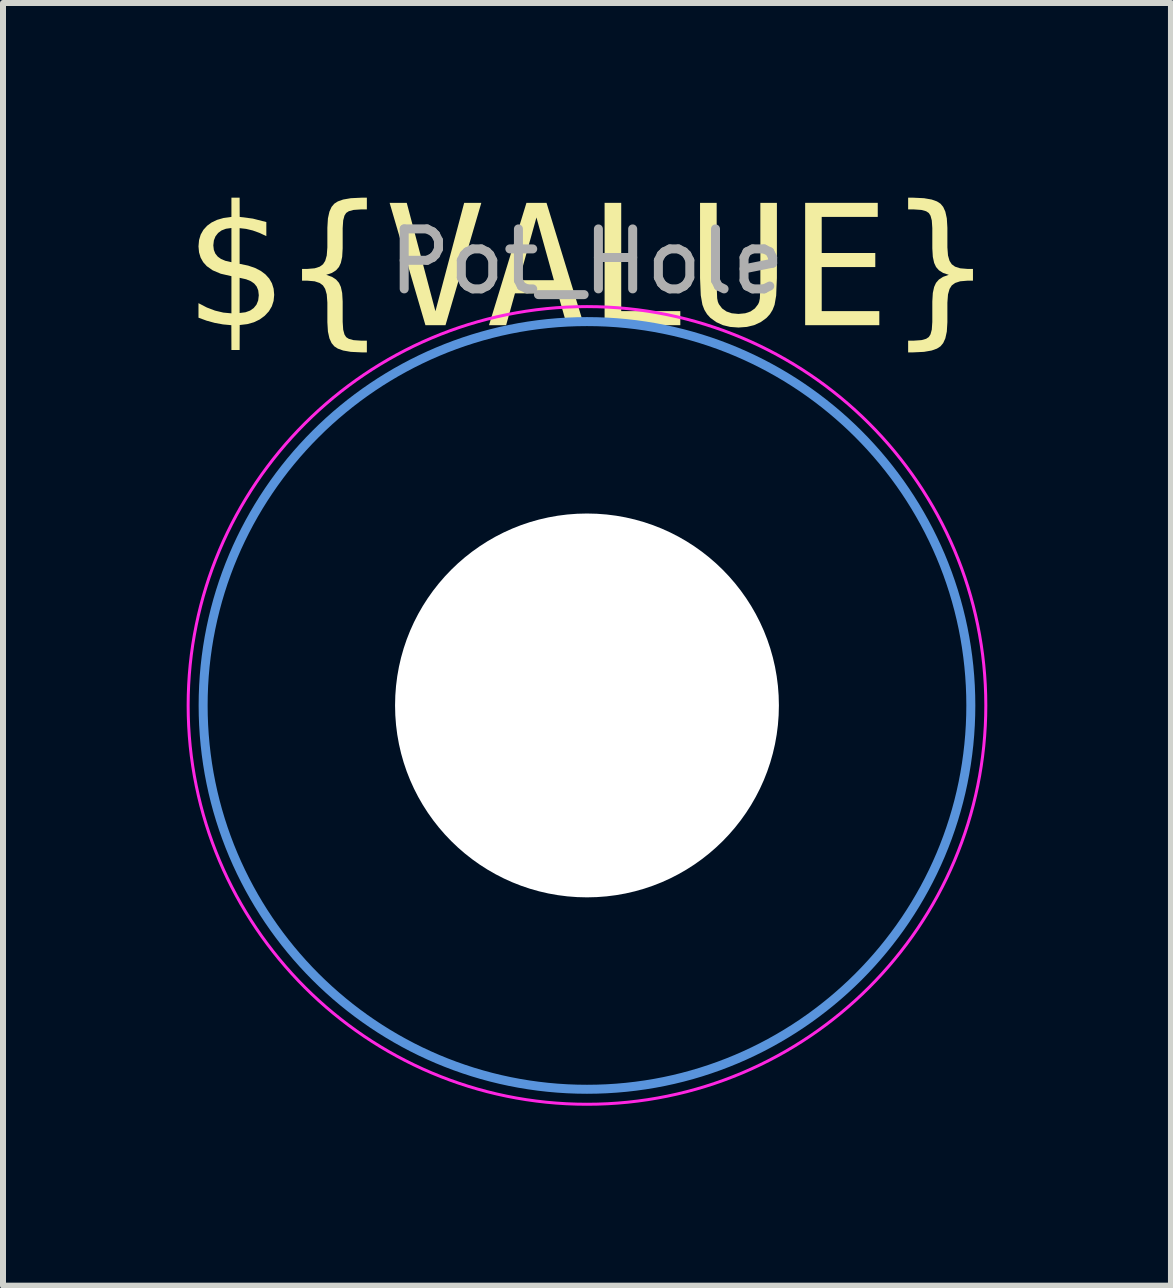
<source format=kicad_pcb>
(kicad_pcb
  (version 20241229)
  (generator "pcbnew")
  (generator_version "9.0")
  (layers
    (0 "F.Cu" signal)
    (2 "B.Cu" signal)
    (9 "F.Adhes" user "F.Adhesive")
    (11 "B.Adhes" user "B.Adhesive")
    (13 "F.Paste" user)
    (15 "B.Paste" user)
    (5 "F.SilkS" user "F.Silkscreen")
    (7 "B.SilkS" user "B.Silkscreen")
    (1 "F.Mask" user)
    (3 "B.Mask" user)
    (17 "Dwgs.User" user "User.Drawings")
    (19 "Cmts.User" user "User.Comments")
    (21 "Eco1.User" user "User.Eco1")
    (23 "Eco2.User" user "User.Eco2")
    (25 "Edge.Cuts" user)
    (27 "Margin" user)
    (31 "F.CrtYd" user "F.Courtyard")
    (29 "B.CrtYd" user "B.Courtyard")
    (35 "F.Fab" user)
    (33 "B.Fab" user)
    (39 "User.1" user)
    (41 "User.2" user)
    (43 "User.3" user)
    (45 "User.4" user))
  (footprint "Pot_Hole"
    (layer "F.Cu")
    (at 6.737 8.712)
    (property "Reference" "Pot_Hole" (at 0 -7.4 0) (layer "F.Fab") (effects (font (size 1 1) (thickness 0.15))))
    (property "Value" "${VALUE}" (at 0 7.4 0) (layer "F.Fab") (hide yes) (effects (font (size 1 1) (thickness 0.15))))
    (attr exclude_from_pos_files)
    (fp_circle (center 0 0) (end 6.4 0) (stroke (width 0.15) (type solid)) (fill no) (layer "Cmts.User"))
    (fp_circle (center 0 0) (end 6.65 0) (stroke (width 0.05) (type solid)) (fill no) (layer "F.CrtYd"))
    (fp_text user "${VALUE}" (at 0 -6 0) (unlocked yes) (layer "F.SilkS") (effects (font (face "Consolas") (size 2 2) (thickness 0.15)) (justify bottom)))
    (fp_text user "${REFERENCE}" (at 0 0 0) (layer "F.Fab") (effects (font (size 1 1) (thickness 0.15))))
    (pad "" np_thru_hole circle (at 0 0) (size 6.4 6.4) (drill 6.4) (layers "*.Cu" "*.Mask")))
  (gr_rect
    (start -3 -3)
    (end 16.474 18.387)
    (stroke (width 0.1) (type default))
    (fill no)
    (layer "Edge.Cuts")))
</source>
